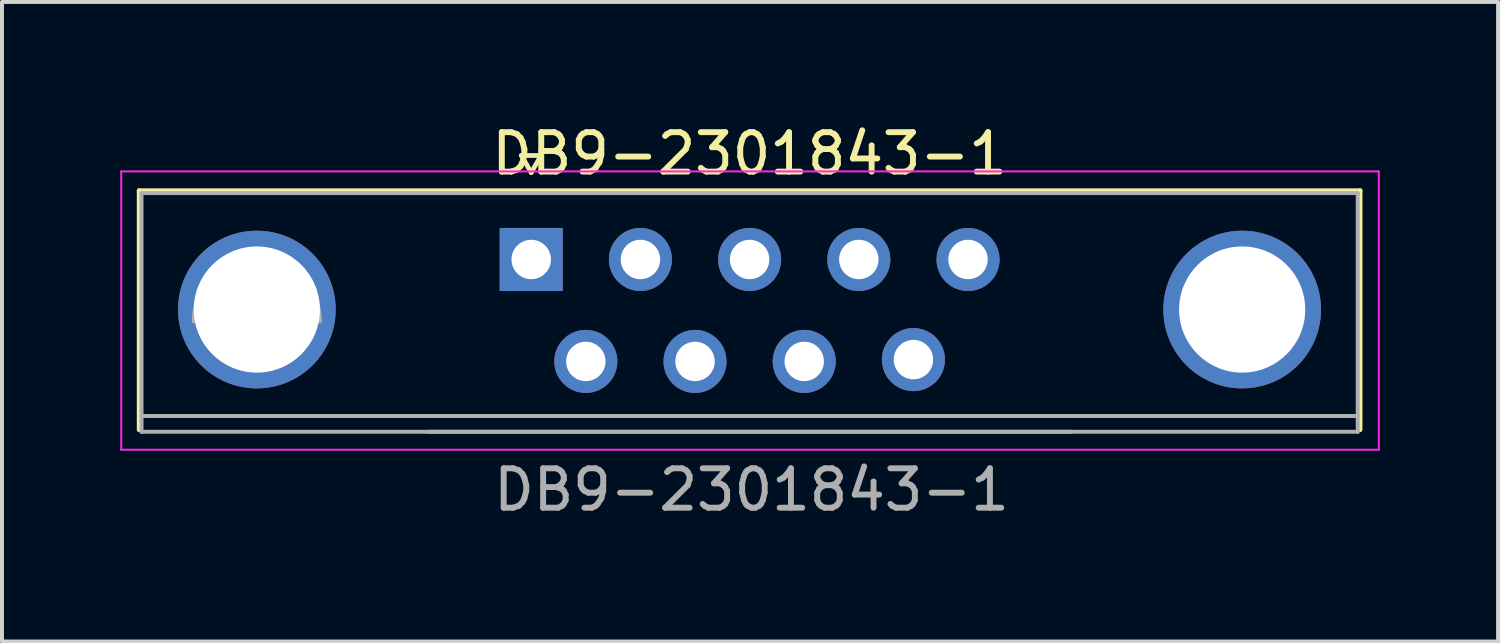
<source format=kicad_pcb>
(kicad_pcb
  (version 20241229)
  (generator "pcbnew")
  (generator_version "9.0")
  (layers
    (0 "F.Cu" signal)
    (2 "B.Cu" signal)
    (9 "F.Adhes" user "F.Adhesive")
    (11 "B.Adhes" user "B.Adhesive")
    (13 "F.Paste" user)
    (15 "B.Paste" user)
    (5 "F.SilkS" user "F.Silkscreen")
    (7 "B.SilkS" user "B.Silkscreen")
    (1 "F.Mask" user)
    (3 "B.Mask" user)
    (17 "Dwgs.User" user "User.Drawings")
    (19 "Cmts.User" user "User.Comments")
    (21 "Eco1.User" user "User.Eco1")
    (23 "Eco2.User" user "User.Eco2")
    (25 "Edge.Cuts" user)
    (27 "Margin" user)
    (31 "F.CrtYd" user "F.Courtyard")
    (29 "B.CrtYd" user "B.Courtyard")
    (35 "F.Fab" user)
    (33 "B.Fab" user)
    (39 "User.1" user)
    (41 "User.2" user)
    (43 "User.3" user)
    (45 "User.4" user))
  (footprint "DB9-2301843-1"
    (layer "F.Cu")
    (at 10.425 3.532)
    (property "Reference" "DB9-2301843-1" (at 5.54 -2.684 0) (layer "F.SilkS") (effects (font (size 1 1) (thickness 0.15))))
    (attr through_hole)
    (fp_line (start -9.945 -1.744) (end 21.025 -1.744) (stroke (width 0.12) (type solid)) (layer "F.SilkS"))
    (fp_line (start -9.945 4.318) (end -9.945 -1.744) (stroke (width 0.12) (type solid)) (layer "F.SilkS"))
    (fp_line (start -0.25 -2.638) (end 0.25 -2.638) (stroke (width 0.12) (type solid)) (layer "F.SilkS"))
    (fp_line (start 0 -2.205) (end -0.25 -2.638) (stroke (width 0.12) (type solid)) (layer "F.SilkS"))
    (fp_line (start 0.25 -2.638) (end 0 -2.205) (stroke (width 0.12) (type solid)) (layer "F.SilkS"))
    (fp_line (start 21.025 -1.744) (end 21.025 4.318) (stroke (width 0.12) (type solid)) (layer "F.SilkS"))
    (fp_line (start -10.4 -2.234) (end -10.4 4.826) (stroke (width 0.05) (type solid)) (layer "F.CrtYd"))
    (fp_line (start -10.4 4.826) (end 21.5 4.826) (stroke (width 0.05) (type solid)) (layer "F.CrtYd"))
    (fp_line (start 21.5 -2.234) (end -10.4 -2.234) (stroke (width 0.05) (type solid)) (layer "F.CrtYd"))
    (fp_line (start 21.5 4.826) (end 21.5 -2.234) (stroke (width 0.05) (type solid)) (layer "F.CrtYd"))
    (fp_line (start -9.885 -1.684) (end -9.885 4.37) (stroke (width 0.1) (type solid)) (layer "F.Fab"))
    (fp_line (start -9.885 3.97) (end 20.965 3.97) (stroke (width 0.1) (type solid)) (layer "F.Fab"))
    (fp_line (start -9.885 4.37) (end 20.965 4.37) (stroke (width 0.1) (type solid)) (layer "F.Fab"))
    (fp_line (start 13.69 4.37) (end -2.61 4.37) (stroke (width 0.1) (type solid)) (layer "F.Fab"))
    (fp_line (start 20.965 -1.684) (end -9.885 -1.684) (stroke (width 0.1) (type solid)) (layer "F.Fab"))
    (fp_line (start 20.965 3.97) (end -9.885 3.97) (stroke (width 0.1) (type solid)) (layer "F.Fab"))
    (fp_line (start 20.965 4.37) (end 20.965 -1.684) (stroke (width 0.1) (type solid)) (layer "F.Fab"))
    (fp_arc (start -8.56 1.57) (mid -6.96 -0.03) (end -5.36 1.57) (stroke (width 0.1) (type solid)) (layer "F.Fab"))
    (fp_text user "${REFERENCE}" (at 5.588 5.842 0) (layer "F.Fab") (effects (font (size 1 1) (thickness 0.15))))
    (pad "0" thru_hole circle (at -6.96 1.27) (size 4 4) (drill 3.2) (layers "*.Cu" "*.Mask"))
    (pad "0" thru_hole circle (at 18.034 1.27) (size 4 4) (drill 3.2) (layers "*.Cu" "*.Mask"))
    (pad "1" thru_hole rect (at 0 0) (size 1.6 1.6) (drill 1) (layers "*.Cu" "*.Mask"))
    (pad "2" thru_hole circle (at 2.77 0) (size 1.6 1.6) (drill 1) (layers "*.Cu" "*.Mask"))
    (pad "3" thru_hole circle (at 5.54 0) (size 1.6 1.6) (drill 1) (layers "*.Cu" "*.Mask"))
    (pad "4" thru_hole circle (at 8.31 0) (size 1.6 1.6) (drill 1) (layers "*.Cu" "*.Mask"))
    (pad "5" thru_hole circle (at 11.08 0) (size 1.6 1.6) (drill 1) (layers "*.Cu" "*.Mask"))
    (pad "6" thru_hole circle (at 1.385 2.586) (size 1.6 1.6) (drill 1) (layers "*.Cu" "*.Mask"))
    (pad "7" thru_hole circle (at 4.155 2.586) (size 1.6 1.6) (drill 1) (layers "*.Cu" "*.Mask"))
    (pad "8" thru_hole circle (at 6.925 2.586) (size 1.6 1.6) (drill 1) (layers "*.Cu" "*.Mask"))
    (pad "9" thru_hole circle (at 9.695 2.54) (size 1.6 1.6) (drill 1) (layers "*.Cu" "*.Mask")))
  (gr_rect
    (start -3 -3)
    (end 34.95 13.223)
    (stroke (width 0.1) (type default))
    (fill no)
    (layer "Edge.Cuts")))
</source>
